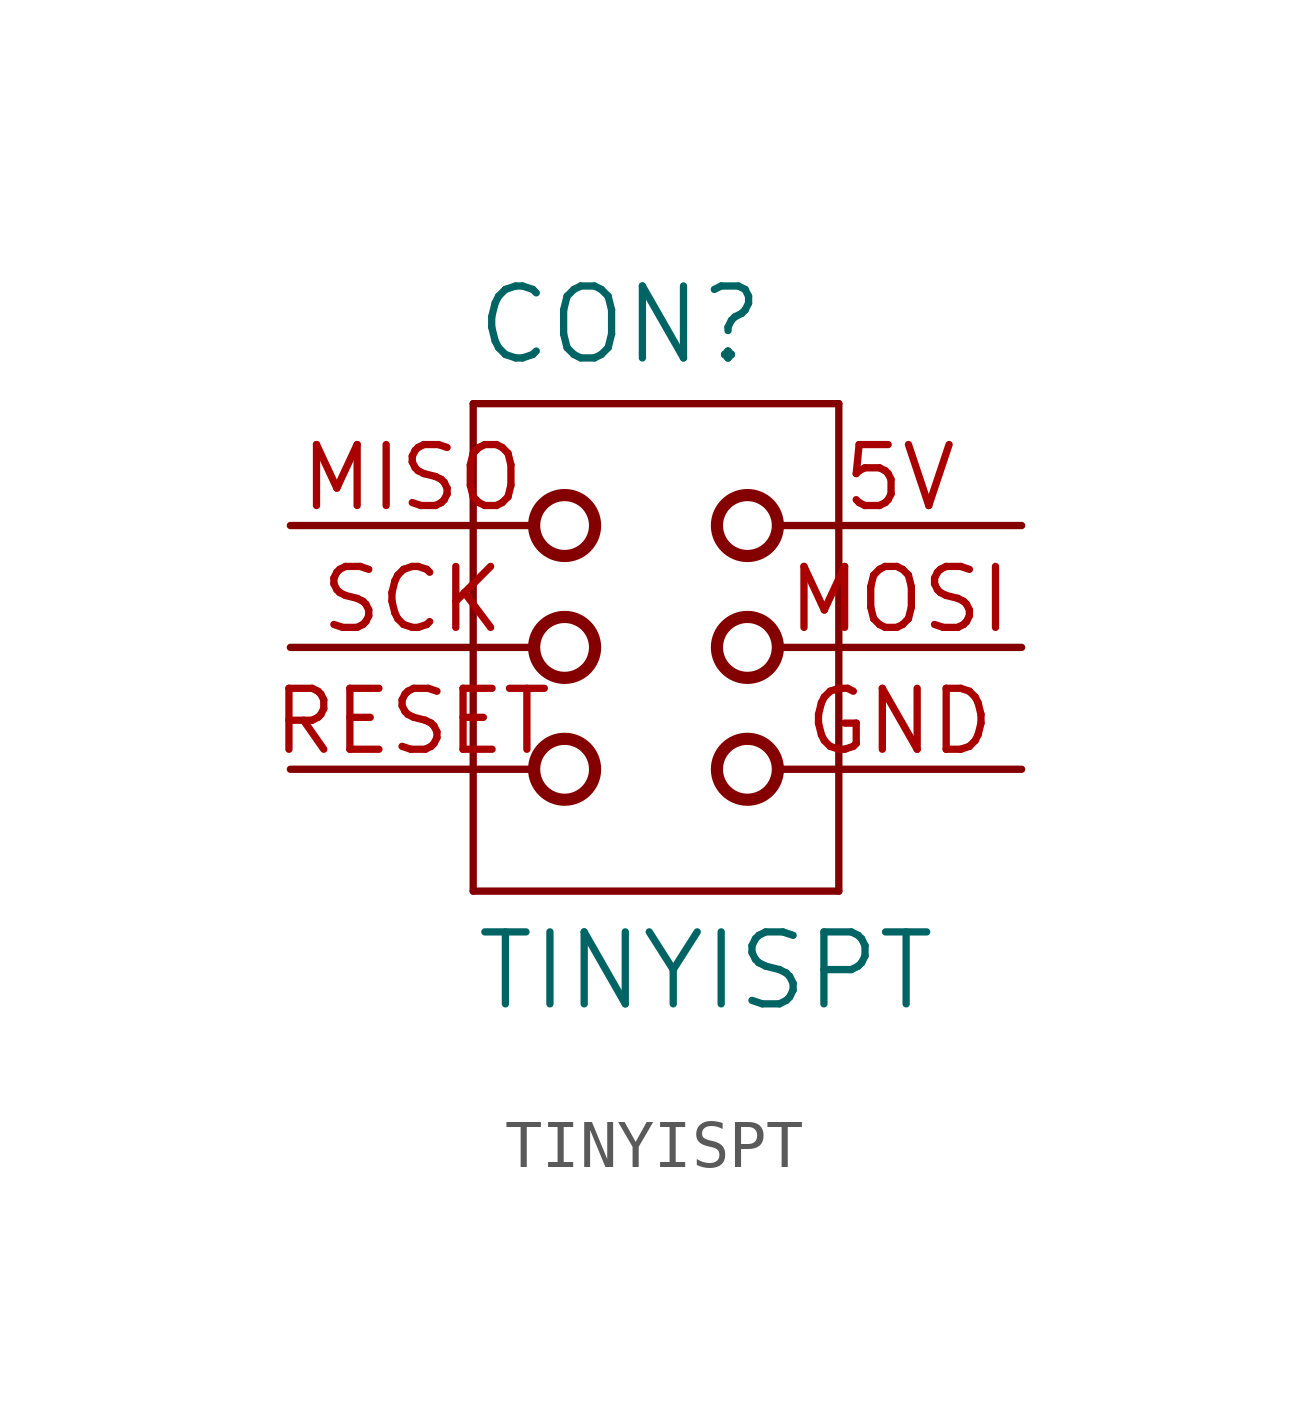
<source format=kicad_sym>
(kicad_symbol_lib
  (version 20211014)
  (generator kicad_symbol_editor)
  (symbol "TINYISPT"
    (pin_names
      (offset 1.016))
    (property "Reference" "CON"
      (at -3.81 5.842 0)
      (effects (font (size 1.499 1.499)) (justify left bottom)))
    (property "Value" "TINYISPT"
      (at -3.81 -7.62 0)
      (effects (font (size 1.499 1.499)) (justify left bottom)))
    (property "ki_locked" ""
      (at 0 0 0)
      (effects (font (size 1.27 1.27))))
    (symbol "TINYISPT_1_0"
      (circle (center -1.905 -2.54) (radius 0.635) (stroke (width 0.254) (type default) (color 0 0 0 0)) (fill (type none)))
      (circle (center -1.905 0) (radius 0.635) (stroke (width 0.254) (type default) (color 0 0 0 0)) (fill (type none)))
      (circle (center -1.905 2.54) (radius 0.635) (stroke (width 0.254) (type default) (color 0 0 0 0)) (fill (type none)))
      (polyline (pts (xy -3.81 5.08) (xy -3.81 -5.08)) (stroke (width 0) (type default) (color 0 0 0 0)) (fill (type none)))
      (polyline (pts (xy -3.81 5.08) (xy 3.81 5.08)) (stroke (width 0) (type default) (color 0 0 0 0)) (fill (type none)))
      (polyline (pts (xy 3.81 -5.08) (xy -3.81 -5.08)) (stroke (width 0) (type default) (color 0 0 0 0)) (fill (type none)))
      (polyline (pts (xy 3.81 -5.08) (xy 3.81 5.08)) (stroke (width 0) (type default) (color 0 0 0 0)) (fill (type none)))
      (circle (center 1.905 -2.54) (radius 0.635) (stroke (width 0.254) (type default) (color 0 0 0 0)) (fill (type none)))
      (circle (center 1.905 0) (radius 0.635) (stroke (width 0.254) (type default) (color 0 0 0 0)) (fill (type none)))
      (circle (center 1.905 2.54) (radius 0.635) (stroke (width 0.254) (type default) (color 0 0 0 0)) (fill (type none)))
      (pin passive line (at 7.62 2.54 180) (length 5.08) (name "VCC" (effects (font (size 0 0)))) (number "5V" (effects (font (size 1.27 1.27)))))
      (pin passive line (at 7.62 -2.54 180) (length 5.08) (name "GND" (effects (font (size 0 0)))) (number "GND" (effects (font (size 1.27 1.27)))))
      (pin passive line (at -7.62 2.54 0) (length 5.08) (name "MISO" (effects (font (size 0 0)))) (number "MISO" (effects (font (size 1.27 1.27)))))
      (pin passive line (at 7.62 0 180) (length 5.08) (name "MOSI" (effects (font (size 0 0)))) (number "MOSI" (effects (font (size 1.27 1.27)))))
      (pin passive line (at -7.62 -2.54 0) (length 5.08) (name "RESET" (effects (font (size 0 0)))) (number "RESET" (effects (font (size 1.27 1.27)))))
      (pin passive line (at -7.62 0 0) (length 5.08) (name "SCK" (effects (font (size 0 0)))) (number "SCK" (effects (font (size 1.27 1.27))))))))
</source>
